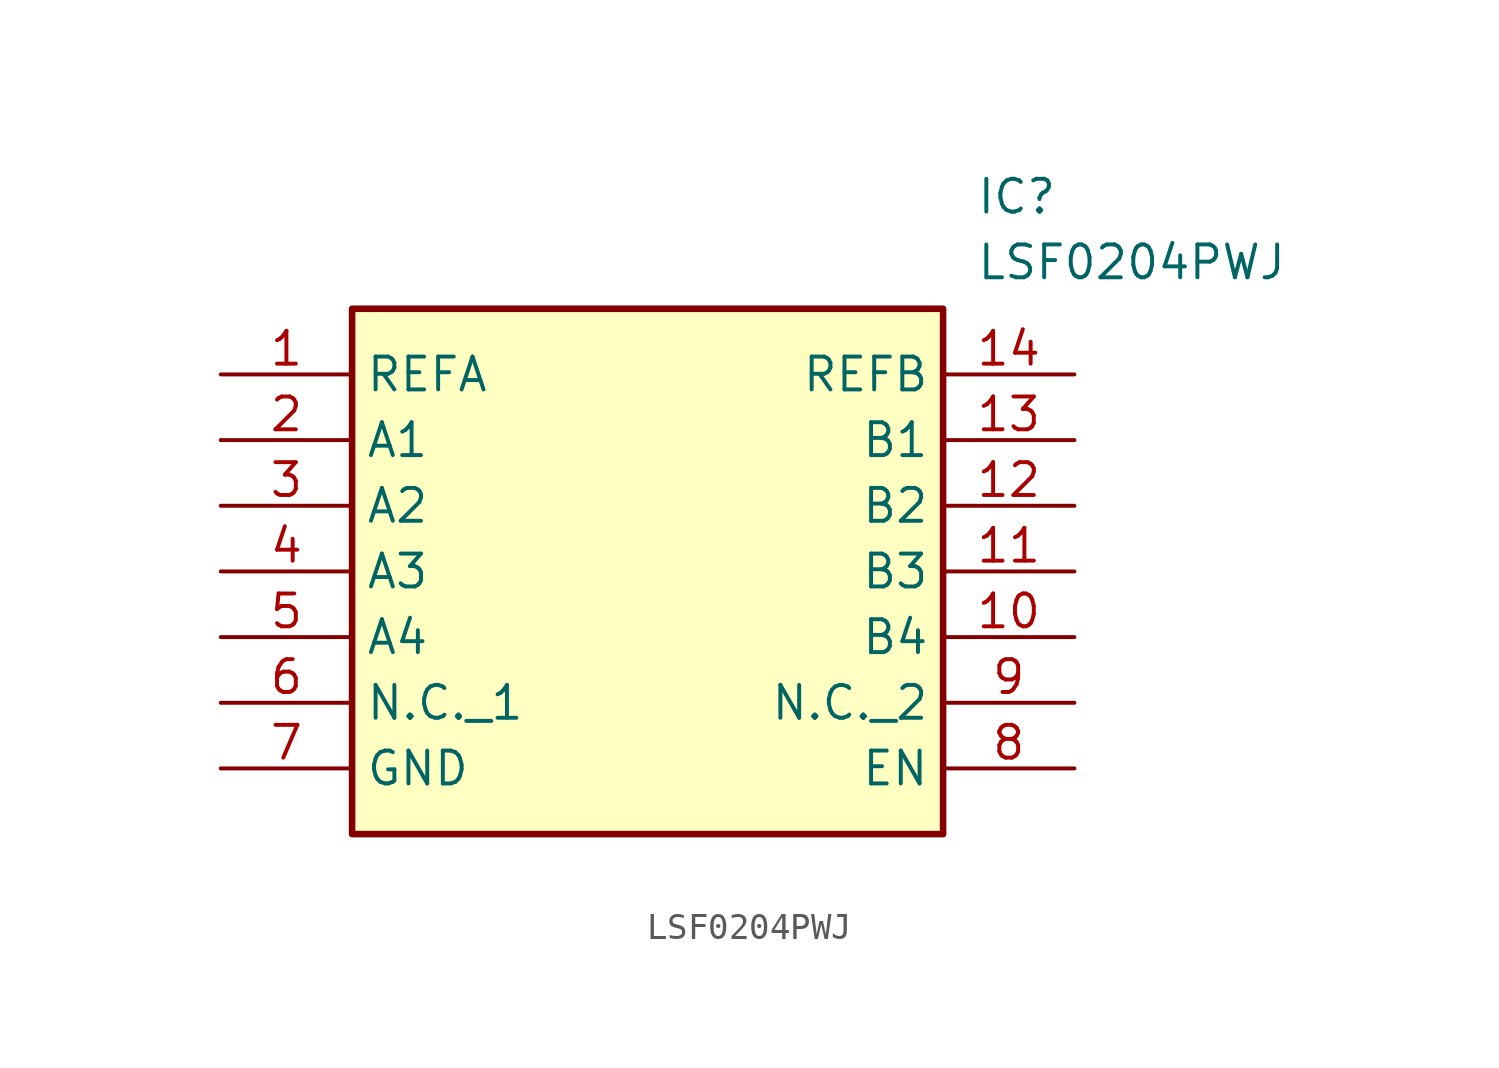
<source format=kicad_sym>
(kicad_symbol_lib
  (version 20211014)
  (generator SamacSys_ECAD_Model)
  (symbol "LSF0204PWJ"
    (property "Reference" "IC"
      (at 29.21 7.62 0)
      (effects (font (size 1.27 1.27)) (justify left top)))
    (property "Value" "LSF0204PWJ"
      (at 29.21 5.08 0)
      (effects (font (size 1.27 1.27)) (justify left top)))
    (rectangle
      (start 5.08 2.54)
      (end 27.94 -17.78)
      (stroke (width 0.254) (type default))
      (fill (type background)))
    (pin passive line
      (at 0 0 0)
      (length 5.08)
      (name "REFA" (effects (font (size 1.27 1.27))))
      (number "1" (effects (font (size 1.27 1.27)))))
    (pin passive line
      (at 0 -2.54 0)
      (length 5.08)
      (name "A1" (effects (font (size 1.27 1.27))))
      (number "2" (effects (font (size 1.27 1.27)))))
    (pin passive line
      (at 0 -5.08 0)
      (length 5.08)
      (name "A2" (effects (font (size 1.27 1.27))))
      (number "3" (effects (font (size 1.27 1.27)))))
    (pin passive line
      (at 0 -7.62 0)
      (length 5.08)
      (name "A3" (effects (font (size 1.27 1.27))))
      (number "4" (effects (font (size 1.27 1.27)))))
    (pin passive line
      (at 0 -10.16 0)
      (length 5.08)
      (name "A4" (effects (font (size 1.27 1.27))))
      (number "5" (effects (font (size 1.27 1.27)))))
    (pin passive line
      (at 0 -12.7 0)
      (length 5.08)
      (name "N.C._1" (effects (font (size 1.27 1.27))))
      (number "6" (effects (font (size 1.27 1.27)))))
    (pin passive line
      (at 0 -15.24 0)
      (length 5.08)
      (name "GND" (effects (font (size 1.27 1.27))))
      (number "7" (effects (font (size 1.27 1.27)))))
    (pin passive line
      (at 33.02 0 180)
      (length 5.08)
      (name "REFB" (effects (font (size 1.27 1.27))))
      (number "14" (effects (font (size 1.27 1.27)))))
    (pin passive line
      (at 33.02 -2.54 180)
      (length 5.08)
      (name "B1" (effects (font (size 1.27 1.27))))
      (number "13" (effects (font (size 1.27 1.27)))))
    (pin passive line
      (at 33.02 -5.08 180)
      (length 5.08)
      (name "B2" (effects (font (size 1.27 1.27))))
      (number "12" (effects (font (size 1.27 1.27)))))
    (pin passive line
      (at 33.02 -7.62 180)
      (length 5.08)
      (name "B3" (effects (font (size 1.27 1.27))))
      (number "11" (effects (font (size 1.27 1.27)))))
    (pin passive line
      (at 33.02 -10.16 180)
      (length 5.08)
      (name "B4" (effects (font (size 1.27 1.27))))
      (number "10" (effects (font (size 1.27 1.27)))))
    (pin passive line
      (at 33.02 -12.7 180)
      (length 5.08)
      (name "N.C._2" (effects (font (size 1.27 1.27))))
      (number "9" (effects (font (size 1.27 1.27)))))
    (pin passive line
      (at 33.02 -15.24 180)
      (length 5.08)
      (name "EN" (effects (font (size 1.27 1.27))))
      (number "8" (effects (font (size 1.27 1.27)))))))
</source>
